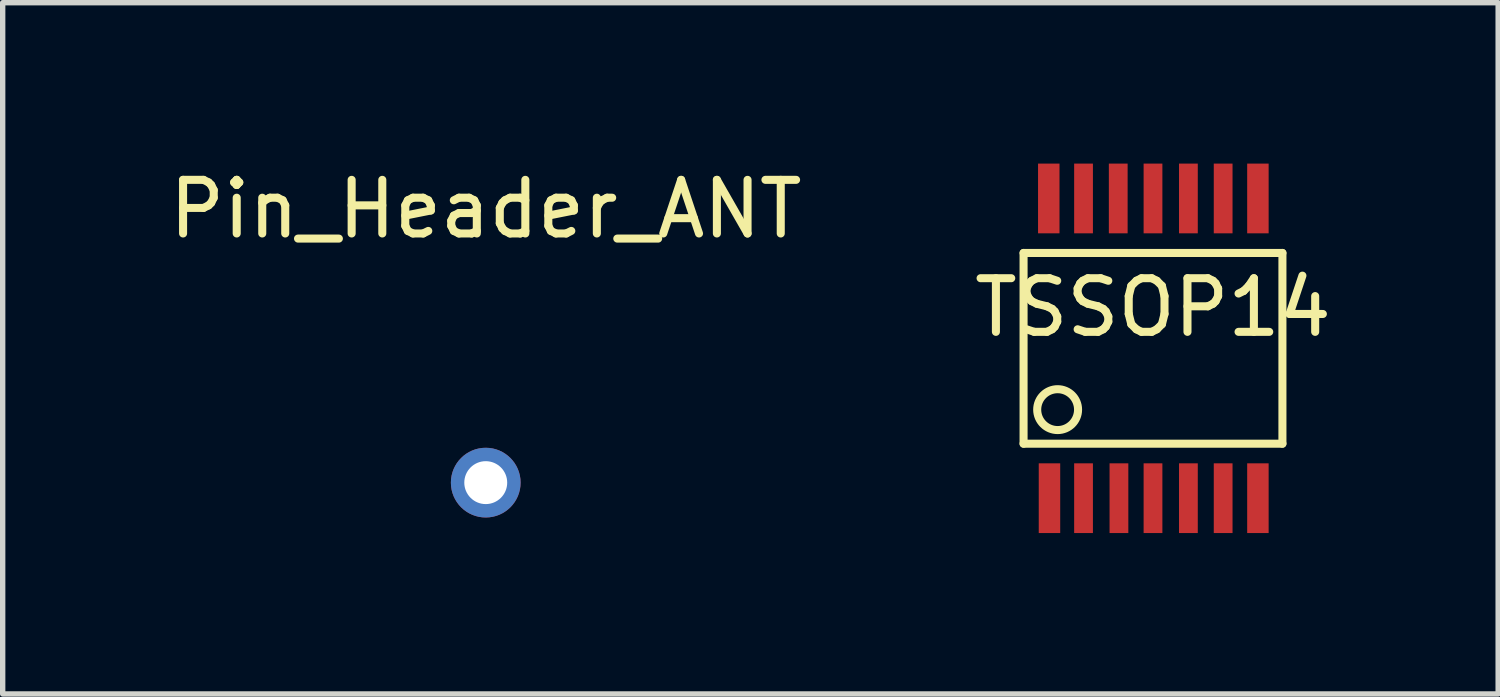
<source format=kicad_pcb>
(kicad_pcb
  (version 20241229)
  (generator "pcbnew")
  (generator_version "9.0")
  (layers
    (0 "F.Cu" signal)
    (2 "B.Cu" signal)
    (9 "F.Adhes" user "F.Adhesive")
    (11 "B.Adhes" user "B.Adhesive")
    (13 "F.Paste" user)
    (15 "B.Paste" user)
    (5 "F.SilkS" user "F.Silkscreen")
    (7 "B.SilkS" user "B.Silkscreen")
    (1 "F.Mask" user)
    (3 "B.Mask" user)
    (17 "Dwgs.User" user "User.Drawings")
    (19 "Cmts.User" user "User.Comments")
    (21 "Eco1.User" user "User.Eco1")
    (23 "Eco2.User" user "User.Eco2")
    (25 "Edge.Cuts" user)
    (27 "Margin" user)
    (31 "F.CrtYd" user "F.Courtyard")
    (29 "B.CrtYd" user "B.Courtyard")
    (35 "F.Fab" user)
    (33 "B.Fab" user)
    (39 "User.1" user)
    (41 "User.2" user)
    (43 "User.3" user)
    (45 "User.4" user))
  (footprint "TSSOP14"
    (layer "F.Cu")
    (at 18.446 3.444)
    (property "Reference" "TSSOP14" (at 0 -0.762 0) (layer "F.SilkS") (effects (font (size 1 1) (thickness 0.15))))
    (attr smd)
    (fp_line (start -2.413 -1.778) (end 2.413 -1.778) (stroke (width 0.15) (type solid)) (layer "F.SilkS"))
    (fp_line (start -2.413 1.778) (end -2.413 -1.778) (stroke (width 0.15) (type solid)) (layer "F.SilkS"))
    (fp_line (start 2.413 -1.778) (end 2.413 1.778) (stroke (width 0.15) (type solid)) (layer "F.SilkS"))
    (fp_line (start 2.413 1.778) (end -2.413 1.778) (stroke (width 0.15) (type solid)) (layer "F.SilkS"))
    (fp_circle (center -1.778 1.143) (end -2.159 1.143) (stroke (width 0.15) (type solid)) (fill no) (layer "F.SilkS"))
    (pad "1" smd rect (at -1.93 2.794) (size 0.4 1.3) (layers "F.Cu" "F.Mask" "F.Paste"))
    (pad "2" smd rect (at -1.295 2.794) (size 0.35 1.3) (layers "F.Cu" "F.Mask" "F.Paste"))
    (pad "3" smd rect (at -0.635 2.794) (size 0.35 1.3) (layers "F.Cu" "F.Mask" "F.Paste"))
    (pad "4" smd rect (at 0 2.794) (size 0.35 1.3) (layers "F.Cu" "F.Mask" "F.Paste"))
    (pad "5" smd rect (at 0.66 2.794) (size 0.35 1.3) (layers "F.Cu" "F.Mask" "F.Paste"))
    (pad "6" smd rect (at 1.308 2.794) (size 0.35 1.3) (layers "F.Cu" "F.Mask" "F.Paste"))
    (pad "7" smd rect (at 1.956 2.794) (size 0.4 1.3) (layers "F.Cu" "F.Mask" "F.Paste"))
    (pad "8" smd rect (at 1.956 -2.794) (size 0.4 1.3) (layers "F.Cu" "F.Mask" "F.Paste"))
    (pad "9" smd rect (at 1.308 -2.794) (size 0.35 1.3) (layers "F.Cu" "F.Mask" "F.Paste"))
    (pad "10" smd rect (at 0.66 -2.794) (size 0.35 1.3) (layers "F.Cu" "F.Mask" "F.Paste"))
    (pad "11" smd rect (at 0 -2.794) (size 0.35 1.3) (layers "F.Cu" "F.Mask" "F.Paste"))
    (pad "12" smd rect (at -0.648 -2.794) (size 0.35 1.3) (layers "F.Cu" "F.Mask" "F.Paste"))
    (pad "13" smd rect (at -1.295 -2.794) (size 0.35 1.3) (layers "F.Cu" "F.Mask" "F.Paste"))
    (pad "14" smd rect (at -1.943 -2.794) (size 0.4 1.3) (layers "F.Cu" "F.Mask" "F.Paste")))
  (footprint "Pin_Header_ANT"
    (layer "F.Cu")
    (at 6.006 5.948)
    (property "Reference" "Pin_Header_ANT" (at 0 -5.1 0) (layer "F.SilkS") (effects (font (size 1 1) (thickness 0.15))))
    (attr through_hole)
    (pad "1" thru_hole circle (at 0 0) (size 1.3 1.3) (drill 0.8) (layers "*.Cu" "*.Mask")))
  (gr_rect
    (start -3 -3)
    (end 24.881 9.888)
    (stroke (width 0.1) (type default))
    (fill no)
    (layer "Edge.Cuts")))
</source>
